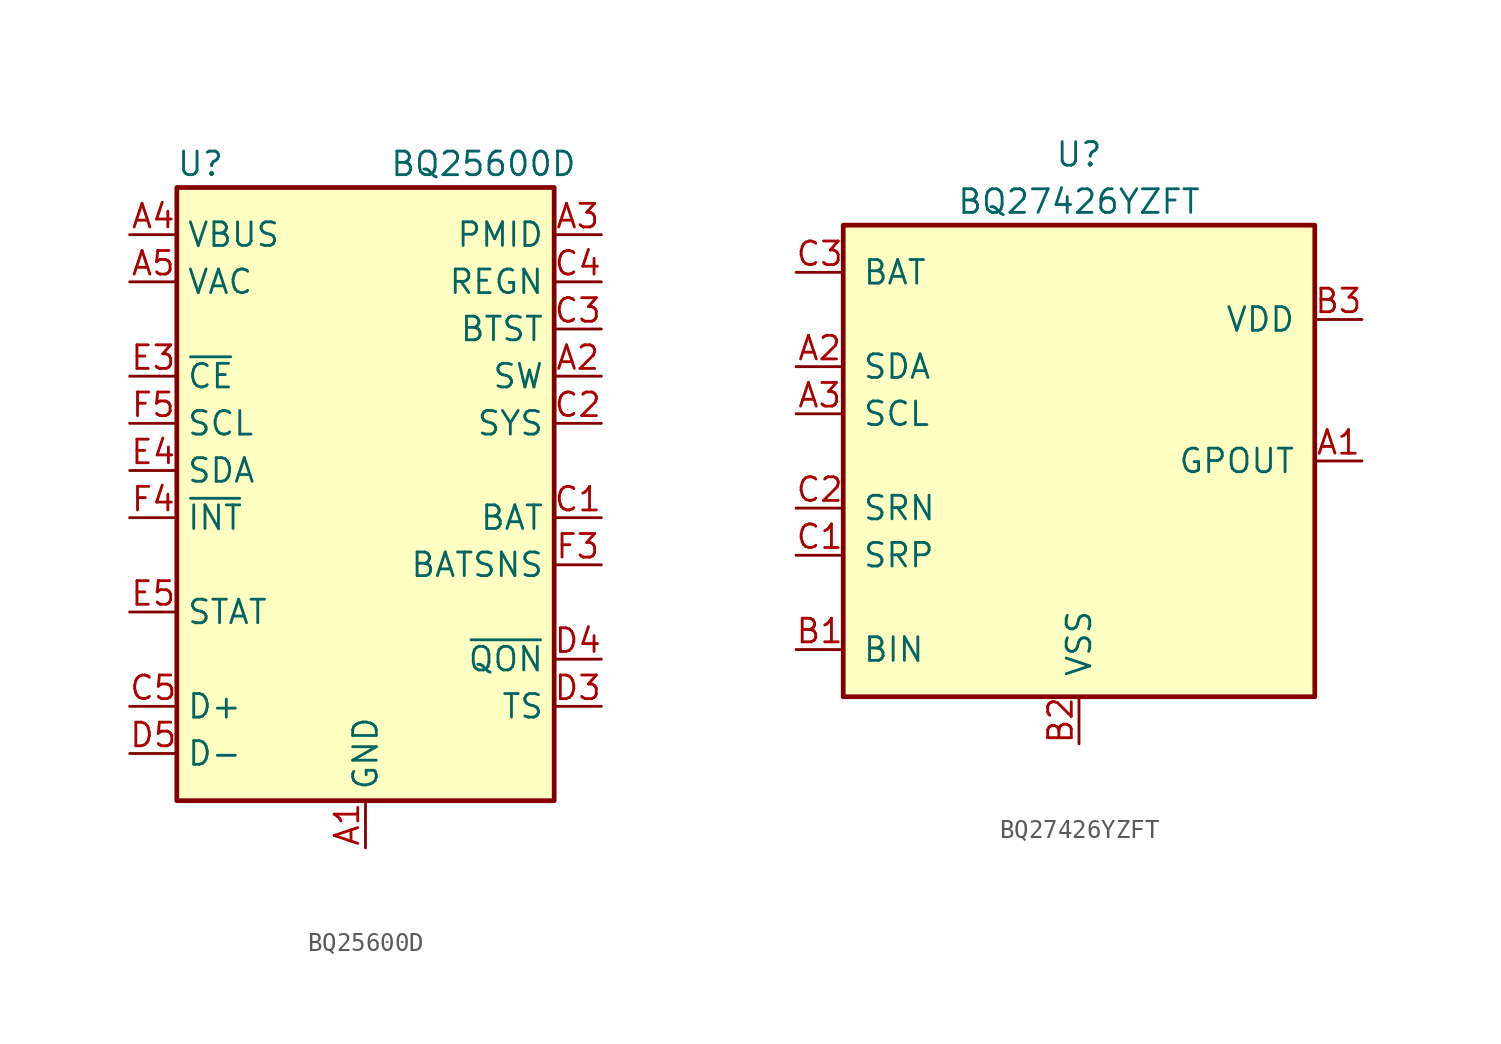
<source format=kicad_sym>
(kicad_symbol_lib
  (version 20201005)
  (generator kicad_symbol_editor)
  (symbol "BQ25600D"
    (property "Reference" "U"
      (at -8.89 17.78 0)
      (effects (font (size 1.27 1.27))))
    (property "Value" "BQ25600D"
      (at 6.35 17.78 0)
      (effects (font (size 1.27 1.27))))
    (symbol "BQ25600D_0_0"
      (pin passive line (at 12.7 13.97 180) (length 2.54) hide (name "PMID" (effects (font (size 1.27 1.27)))) (number "B3" (effects (font (size 1.27 1.27)))))
      (pin power_in line (at -12.7 13.97 0) (length 2.54) hide (name "VBUS" (effects (font (size 1.27 1.27)))) (number "B4" (effects (font (size 1.27 1.27)))))
      (pin no_connect line (at 2.54 -19.05 90) (length 2.54) hide (name "NC" (effects (font (size 1.27 1.27)))) (number "B5" (effects (font (size 1.27 1.27)))))
      (pin power_in line (at 12.7 -1.27 180) (length 2.54) hide (name "BAT" (effects (font (size 1.27 1.27)))) (number "E1" (effects (font (size 1.27 1.27)))))
      (pin passive line (at 12.7 3.81 180) (length 2.54) hide (name "SYS" (effects (font (size 1.27 1.27)))) (number "E2" (effects (font (size 1.27 1.27)))))
      (pin power_in line (at 12.7 -1.27 180) (length 2.54) hide (name "BAT" (effects (font (size 1.27 1.27)))) (number "F1" (effects (font (size 1.27 1.27)))))
      (pin passive line (at 12.7 3.81 180) (length 2.54) hide (name "SYS" (effects (font (size 1.27 1.27)))) (number "F2" (effects (font (size 1.27 1.27)))))
      (pin passive line (at 12.7 -3.81 180) (length 2.54) (name "BATSNS" (effects (font (size 1.27 1.27)))) (number "F3" (effects (font (size 1.27 1.27))))))
    (symbol "BQ25600D_0_1"
      (rectangle (start -10.16 -16.51) (end 10.16 16.51) (stroke (width 0.254)) (fill (type background))))
    (symbol "BQ25600D_1_1"
      (pin power_in line (at 0 -19.05 90) (length 2.54) (name "GND" (effects (font (size 1.27 1.27)))) (number "A1" (effects (font (size 1.27 1.27)))))
      (pin passive line (at 12.7 6.35 180) (length 2.54) (name "SW" (effects (font (size 1.27 1.27)))) (number "A2" (effects (font (size 1.27 1.27)))))
      (pin passive line (at 12.7 13.97 180) (length 2.54) (name "PMID" (effects (font (size 1.27 1.27)))) (number "A3" (effects (font (size 1.27 1.27)))))
      (pin power_in line (at -12.7 13.97 0) (length 2.54) (name "VBUS" (effects (font (size 1.27 1.27)))) (number "A4" (effects (font (size 1.27 1.27)))))
      (pin input line (at -12.7 11.43 0) (length 2.54) (name "VAC" (effects (font (size 1.27 1.27)))) (number "A5" (effects (font (size 1.27 1.27)))))
      (pin power_in line (at 0 -19.05 90) (length 2.54) hide (name "GND" (effects (font (size 1.27 1.27)))) (number "B1" (effects (font (size 1.27 1.27)))))
      (pin passive line (at 12.7 6.35 180) (length 2.54) hide (name "SW" (effects (font (size 1.27 1.27)))) (number "B2" (effects (font (size 1.27 1.27)))))
      (pin power_in line (at 12.7 -1.27 180) (length 2.54) (name "BAT" (effects (font (size 1.27 1.27)))) (number "C1" (effects (font (size 1.27 1.27)))))
      (pin passive line (at 12.7 3.81 180) (length 2.54) (name "SYS" (effects (font (size 1.27 1.27)))) (number "C2" (effects (font (size 1.27 1.27)))))
      (pin input line (at 12.7 8.89 180) (length 2.54) (name "BTST" (effects (font (size 1.27 1.27)))) (number "C3" (effects (font (size 1.27 1.27)))))
      (pin passive line (at 12.7 11.43 180) (length 2.54) (name "REGN" (effects (font (size 1.27 1.27)))) (number "C4" (effects (font (size 1.27 1.27)))))
      (pin tri_state line (at -12.7 -11.43 0) (length 2.54) (name "D+" (effects (font (size 1.27 1.27)))) (number "C5" (effects (font (size 1.27 1.27)))))
      (pin power_in line (at 12.7 -1.27 180) (length 2.54) hide (name "BAT" (effects (font (size 1.27 1.27)))) (number "D1" (effects (font (size 1.27 1.27)))))
      (pin passive line (at 12.7 3.81 180) (length 2.54) hide (name "SYS" (effects (font (size 1.27 1.27)))) (number "D2" (effects (font (size 1.27 1.27)))))
      (pin passive line (at 12.7 -11.43 180) (length 2.54) (name "TS" (effects (font (size 1.27 1.27)))) (number "D3" (effects (font (size 1.27 1.27)))))
      (pin input line (at 12.7 -8.89 180) (length 2.54) (name "~QON" (effects (font (size 1.27 1.27)))) (number "D4" (effects (font (size 1.27 1.27)))))
      (pin tri_state line (at -12.7 -13.97 0) (length 2.54) (name "D-" (effects (font (size 1.27 1.27)))) (number "D5" (effects (font (size 1.27 1.27)))))
      (pin input line (at -12.7 6.35 0) (length 2.54) (name "~CE" (effects (font (size 1.27 1.27)))) (number "E3" (effects (font (size 1.27 1.27)))))
      (pin bidirectional line (at -12.7 1.27 0) (length 2.54) (name "SDA" (effects (font (size 1.27 1.27)))) (number "E4" (effects (font (size 1.27 1.27)))))
      (pin open_collector line (at -12.7 -6.35 0) (length 2.54) (name "STAT" (effects (font (size 1.27 1.27)))) (number "E5" (effects (font (size 1.27 1.27)))))
      (pin open_collector line (at -12.7 -1.27 0) (length 2.54) (name "~INT" (effects (font (size 1.27 1.27)))) (number "F4" (effects (font (size 1.27 1.27)))))
      (pin input line (at -12.7 3.81 0) (length 2.54) (name "SCL" (effects (font (size 1.27 1.27)))) (number "F5" (effects (font (size 1.27 1.27)))))))
  (symbol "BQ27426YZFT"
    (pin_names
      (offset 1.016))
    (property "Reference" "U"
      (at 0 16.51 0)
      (effects (font (size 1.27 1.27))))
    (property "Value" "BQ27426YZFT"
      (at 0 13.97 0)
      (effects (font (size 1.27 1.27))))
    (symbol "BQ27426YZFT_0_1"
      (rectangle (start -12.7 12.7) (end 12.7 -12.7) (stroke (width 0.254)) (fill (type background))))
    (symbol "BQ27426YZFT_1_1"
      (pin output line (at 15.24 0 180) (length 2.54) (name "GPOUT" (effects (font (size 1.27 1.27)))) (number "A1" (effects (font (size 1.27 1.27)))))
      (pin bidirectional line (at -15.24 5.08 0) (length 2.54) (name "SDA" (effects (font (size 1.27 1.27)))) (number "A2" (effects (font (size 1.27 1.27)))))
      (pin input line (at -15.24 2.54 0) (length 2.54) (name "SCL" (effects (font (size 1.27 1.27)))) (number "A3" (effects (font (size 1.27 1.27)))))
      (pin input line (at -15.24 -10.16 0) (length 2.54) (name "BIN" (effects (font (size 1.27 1.27)))) (number "B1" (effects (font (size 1.27 1.27)))))
      (pin power_in line (at 0 -15.24 90) (length 2.54) (name "VSS" (effects (font (size 1.27 1.27)))) (number "B2" (effects (font (size 1.27 1.27)))))
      (pin power_out line (at 15.24 7.62 180) (length 2.54) (name "VDD" (effects (font (size 1.27 1.27)))) (number "B3" (effects (font (size 1.27 1.27)))))
      (pin input line (at -15.24 -5.08 0) (length 2.54) (name "SRP" (effects (font (size 1.27 1.27)))) (number "C1" (effects (font (size 1.27 1.27)))))
      (pin input line (at -15.24 -2.54 0) (length 2.54) (name "SRN" (effects (font (size 1.27 1.27)))) (number "C2" (effects (font (size 1.27 1.27)))))
      (pin power_in line (at -15.24 10.16 0) (length 2.54) (name "BAT" (effects (font (size 1.27 1.27)))) (number "C3" (effects (font (size 1.27 1.27))))))))
</source>
